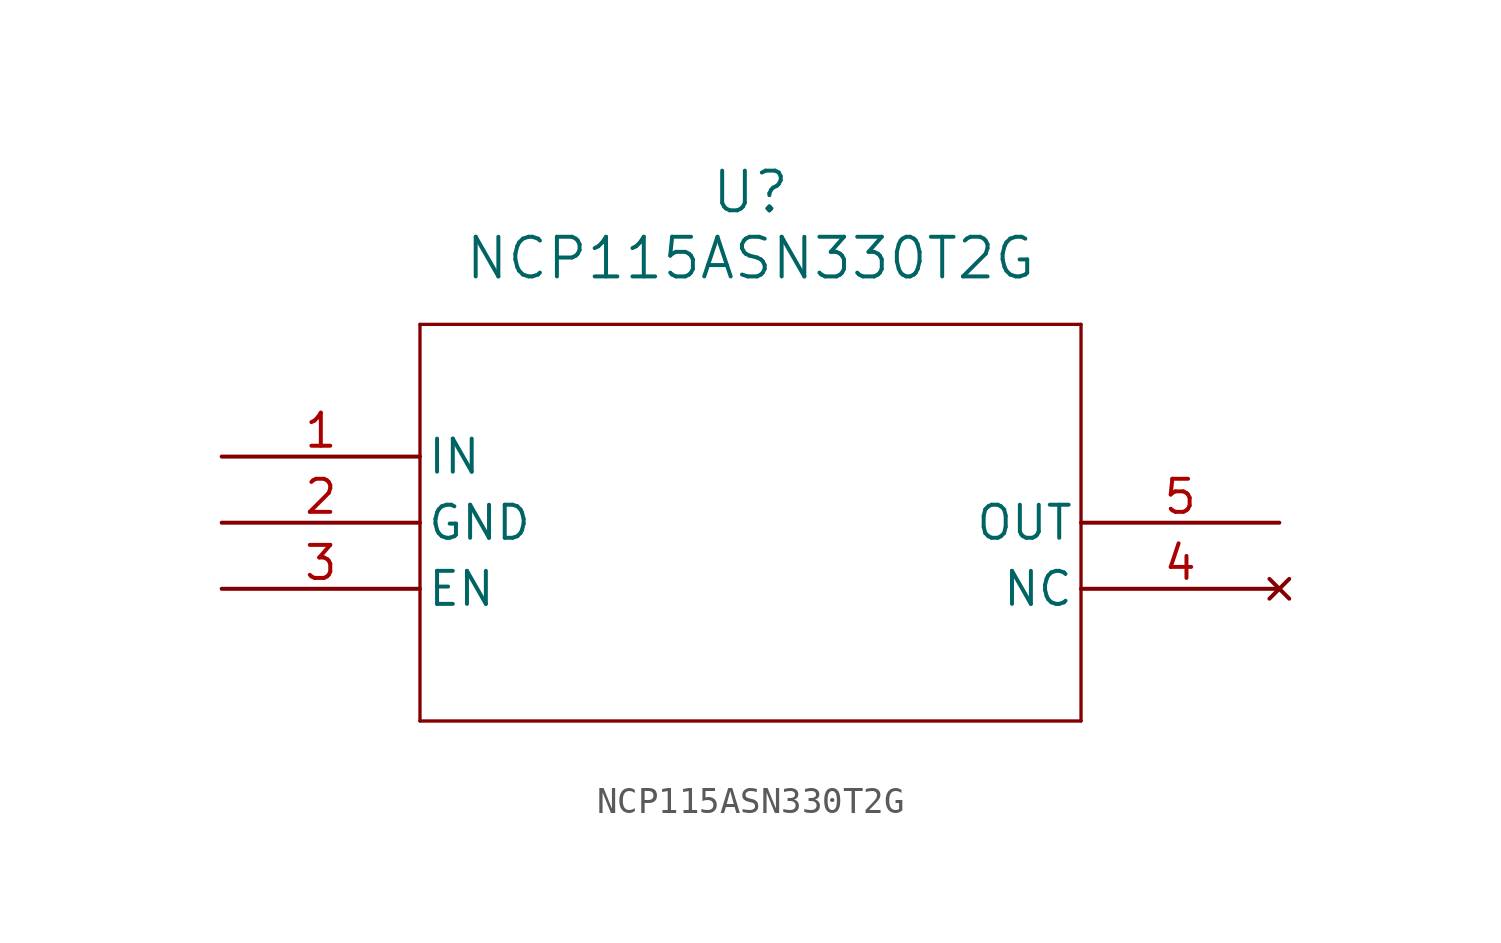
<source format=kicad_sym>
(kicad_symbol_lib
  (version 20211014)
  (generator kicad_symbol_editor)
  (symbol "NCP115ASN330T2G"
    (pin_names
      (offset 0.254))
    (property "Reference" "U"
      (at 20.32 10.16 0)
      (effects (font (size 1.524 1.524))))
    (property "Value" "NCP115ASN330T2G"
      (at 20.32 7.62 0)
      (effects (font (size 1.524 1.524))))
    (symbol "NCP115ASN330T2G_0_1"
      (polyline (pts (xy 7.62 5.08) (xy 7.62 -10.16)) (stroke (width 0.127) (type default) (color 0 0 0 0)) (fill (type none)))
      (polyline (pts (xy 7.62 -10.16) (xy 33.02 -10.16)) (stroke (width 0.127) (type default) (color 0 0 0 0)) (fill (type none)))
      (polyline (pts (xy 33.02 -10.16) (xy 33.02 5.08)) (stroke (width 0.127) (type default) (color 0 0 0 0)) (fill (type none)))
      (polyline (pts (xy 33.02 5.08) (xy 7.62 5.08)) (stroke (width 0.127) (type default) (color 0 0 0 0)) (fill (type none)))
      (pin input line (at 0 0 0) (length 7.62) (name "IN" (effects (font (size 1.27 1.27)))) (number "1" (effects (font (size 1.27 1.27)))))
      (pin power_out line (at 0 -2.54 0) (length 7.62) (name "GND" (effects (font (size 1.27 1.27)))) (number "2" (effects (font (size 1.27 1.27)))))
      (pin unspecified line (at 0 -5.08 0) (length 7.62) (name "EN" (effects (font (size 1.27 1.27)))) (number "3" (effects (font (size 1.27 1.27)))))
      (pin no_connect line (at 40.64 -5.08 180) (length 7.62) (name "NC" (effects (font (size 1.27 1.27)))) (number "4" (effects (font (size 1.27 1.27)))))
      (pin output line (at 40.64 -2.54 180) (length 7.62) (name "OUT" (effects (font (size 1.27 1.27)))) (number "5" (effects (font (size 1.27 1.27))))))))
</source>
